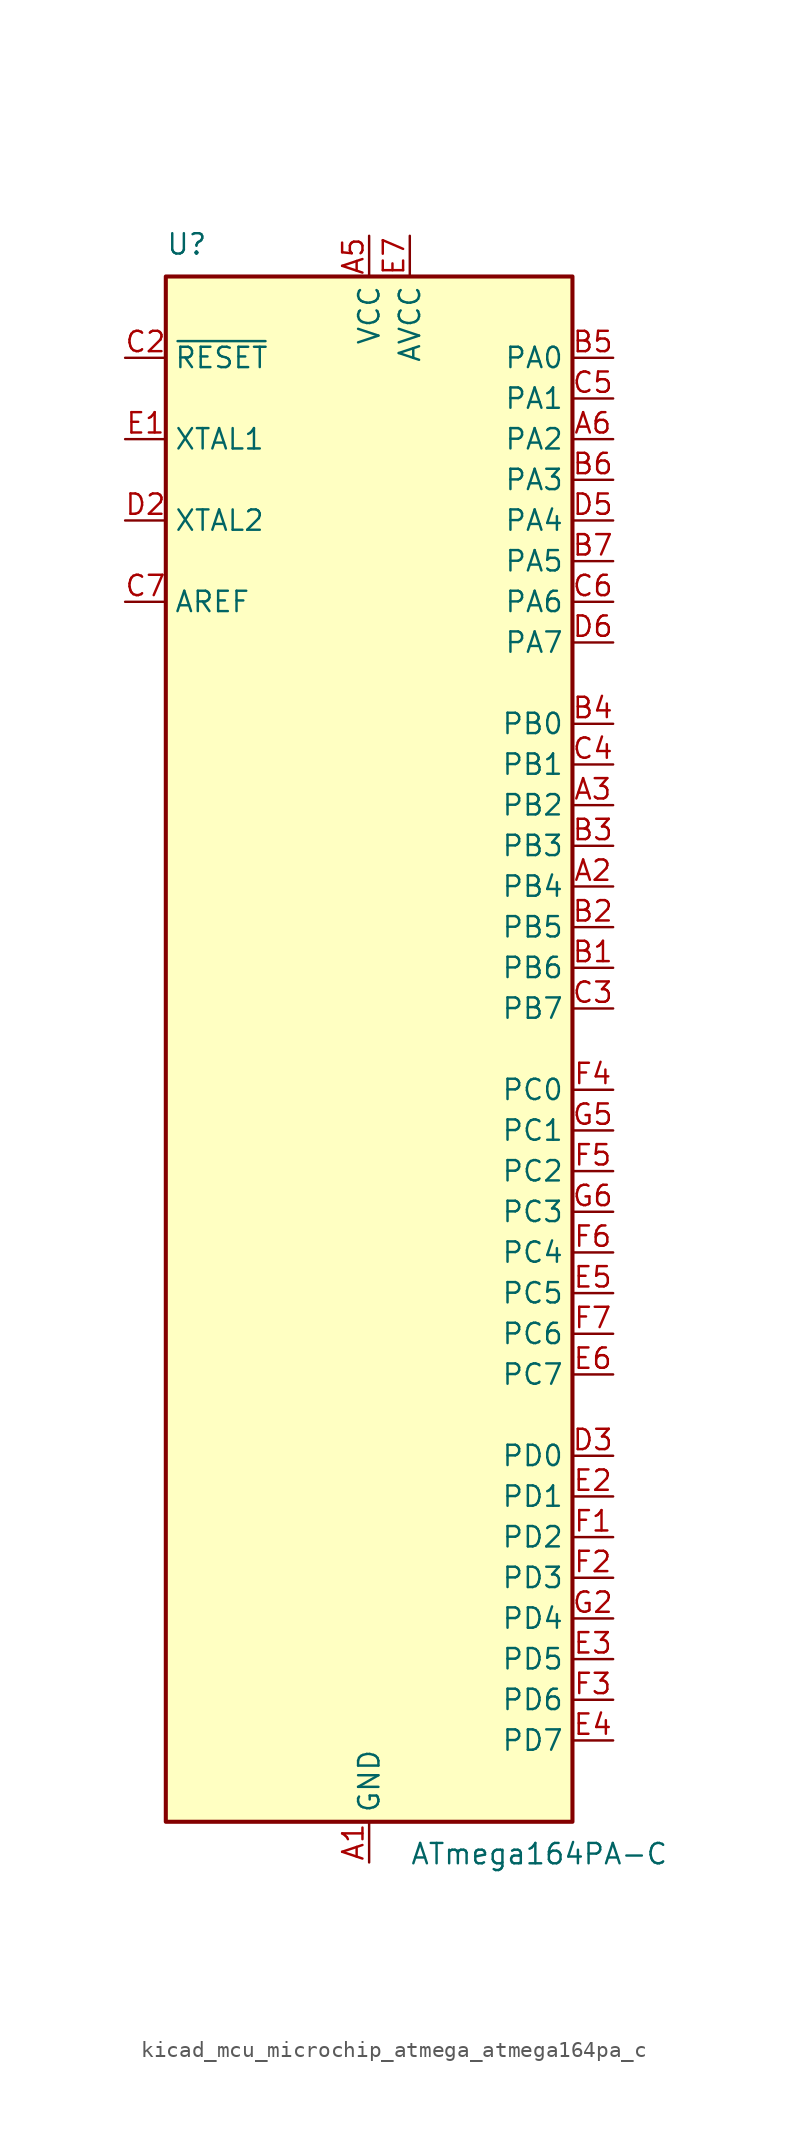
<source format=kicad_sym>
(kicad_symbol_lib
  (version 20220914)
  (generator kicad_symbol_editor)
  (symbol "kicad_mcu_microchip_atmega_atmega164pa_c"
    (property "Reference" "U"
      (at -12.7 49.53 0)
      (effects (font (size 1.27 1.27)) (justify left bottom)))
    (property "Value" "ATmega164PA-C"
      (at 2.54 -49.53 0)
      (effects (font (size 1.27 1.27)) (justify left top)))
    (symbol "kicad_mcu_microchip_atmega_atmega164pa_c_0_1"
      (rectangle (start -12.7 -48.26) (end 12.7 48.26) (stroke (width 0.254) (type default)) (fill (type background))))
    (symbol "kicad_mcu_microchip_atmega_atmega164pa_c_1_1"
      (pin power_in line (at 0 -50.8 90) (length 2.54) (name "GND" (effects (font (size 1.27 1.27)))) (number "A1" (effects (font (size 1.27 1.27)))))
      (pin bidirectional line (at 15.24 10.16 180) (length 2.54) (name "PB4" (effects (font (size 1.27 1.27)))) (number "A2" (effects (font (size 1.27 1.27)))))
      (pin bidirectional line (at 15.24 15.24 180) (length 2.54) (name "PB2" (effects (font (size 1.27 1.27)))) (number "A3" (effects (font (size 1.27 1.27)))))
      (pin passive line (at 0 -50.8 90) (length 2.54) hide (name "GND" (effects (font (size 1.27 1.27)))) (number "A4" (effects (font (size 1.27 1.27)))))
      (pin power_in line (at 0 50.8 270) (length 2.54) (name "VCC" (effects (font (size 1.27 1.27)))) (number "A5" (effects (font (size 1.27 1.27)))))
      (pin bidirectional line (at 15.24 38.1 180) (length 2.54) (name "PA2" (effects (font (size 1.27 1.27)))) (number "A6" (effects (font (size 1.27 1.27)))))
      (pin passive line (at 0 -50.8 90) (length 2.54) hide (name "GND" (effects (font (size 1.27 1.27)))) (number "A7" (effects (font (size 1.27 1.27)))))
      (pin bidirectional line (at 15.24 5.08 180) (length 2.54) (name "PB6" (effects (font (size 1.27 1.27)))) (number "B1" (effects (font (size 1.27 1.27)))))
      (pin bidirectional line (at 15.24 7.62 180) (length 2.54) (name "PB5" (effects (font (size 1.27 1.27)))) (number "B2" (effects (font (size 1.27 1.27)))))
      (pin bidirectional line (at 15.24 12.7 180) (length 2.54) (name "PB3" (effects (font (size 1.27 1.27)))) (number "B3" (effects (font (size 1.27 1.27)))))
      (pin bidirectional line (at 15.24 20.32 180) (length 2.54) (name "PB0" (effects (font (size 1.27 1.27)))) (number "B4" (effects (font (size 1.27 1.27)))))
      (pin bidirectional line (at 15.24 43.18 180) (length 2.54) (name "PA0" (effects (font (size 1.27 1.27)))) (number "B5" (effects (font (size 1.27 1.27)))))
      (pin bidirectional line (at 15.24 35.56 180) (length 2.54) (name "PA3" (effects (font (size 1.27 1.27)))) (number "B6" (effects (font (size 1.27 1.27)))))
      (pin bidirectional line (at 15.24 30.48 180) (length 2.54) (name "PA5" (effects (font (size 1.27 1.27)))) (number "B7" (effects (font (size 1.27 1.27)))))
      (pin passive line (at 0 50.8 270) (length 2.54) hide (name "VCC" (effects (font (size 1.27 1.27)))) (number "C1" (effects (font (size 1.27 1.27)))))
      (pin input line (at -15.24 43.18 0) (length 2.54) (name "~{RESET}" (effects (font (size 1.27 1.27)))) (number "C2" (effects (font (size 1.27 1.27)))))
      (pin bidirectional line (at 15.24 2.54 180) (length 2.54) (name "PB7" (effects (font (size 1.27 1.27)))) (number "C3" (effects (font (size 1.27 1.27)))))
      (pin bidirectional line (at 15.24 17.78 180) (length 2.54) (name "PB1" (effects (font (size 1.27 1.27)))) (number "C4" (effects (font (size 1.27 1.27)))))
      (pin bidirectional line (at 15.24 40.64 180) (length 2.54) (name "PA1" (effects (font (size 1.27 1.27)))) (number "C5" (effects (font (size 1.27 1.27)))))
      (pin bidirectional line (at 15.24 27.94 180) (length 2.54) (name "PA6" (effects (font (size 1.27 1.27)))) (number "C6" (effects (font (size 1.27 1.27)))))
      (pin passive line (at -15.24 27.94 0) (length 2.54) (name "AREF" (effects (font (size 1.27 1.27)))) (number "C7" (effects (font (size 1.27 1.27)))))
      (pin passive line (at 0 -50.8 90) (length 2.54) hide (name "GND" (effects (font (size 1.27 1.27)))) (number "D1" (effects (font (size 1.27 1.27)))))
      (pin output line (at -15.24 33.02 0) (length 2.54) (name "XTAL2" (effects (font (size 1.27 1.27)))) (number "D2" (effects (font (size 1.27 1.27)))))
      (pin bidirectional line (at 15.24 -25.4 180) (length 2.54) (name "PD0" (effects (font (size 1.27 1.27)))) (number "D3" (effects (font (size 1.27 1.27)))))
      (pin passive line (at 0 -50.8 90) (length 2.54) hide (name "GND" (effects (font (size 1.27 1.27)))) (number "D4" (effects (font (size 1.27 1.27)))))
      (pin bidirectional line (at 15.24 33.02 180) (length 2.54) (name "PA4" (effects (font (size 1.27 1.27)))) (number "D5" (effects (font (size 1.27 1.27)))))
      (pin bidirectional line (at 15.24 25.4 180) (length 2.54) (name "PA7" (effects (font (size 1.27 1.27)))) (number "D6" (effects (font (size 1.27 1.27)))))
      (pin passive line (at 0 -50.8 90) (length 2.54) hide (name "GND" (effects (font (size 1.27 1.27)))) (number "D7" (effects (font (size 1.27 1.27)))))
      (pin input line (at -15.24 38.1 0) (length 2.54) (name "XTAL1" (effects (font (size 1.27 1.27)))) (number "E1" (effects (font (size 1.27 1.27)))))
      (pin bidirectional line (at 15.24 -27.94 180) (length 2.54) (name "PD1" (effects (font (size 1.27 1.27)))) (number "E2" (effects (font (size 1.27 1.27)))))
      (pin bidirectional line (at 15.24 -38.1 180) (length 2.54) (name "PD5" (effects (font (size 1.27 1.27)))) (number "E3" (effects (font (size 1.27 1.27)))))
      (pin bidirectional line (at 15.24 -43.18 180) (length 2.54) (name "PD7" (effects (font (size 1.27 1.27)))) (number "E4" (effects (font (size 1.27 1.27)))))
      (pin bidirectional line (at 15.24 -15.24 180) (length 2.54) (name "PC5" (effects (font (size 1.27 1.27)))) (number "E5" (effects (font (size 1.27 1.27)))))
      (pin bidirectional line (at 15.24 -20.32 180) (length 2.54) (name "PC7" (effects (font (size 1.27 1.27)))) (number "E6" (effects (font (size 1.27 1.27)))))
      (pin power_in line (at 2.54 50.8 270) (length 2.54) (name "AVCC" (effects (font (size 1.27 1.27)))) (number "E7" (effects (font (size 1.27 1.27)))))
      (pin bidirectional line (at 15.24 -30.48 180) (length 2.54) (name "PD2" (effects (font (size 1.27 1.27)))) (number "F1" (effects (font (size 1.27 1.27)))))
      (pin bidirectional line (at 15.24 -33.02 180) (length 2.54) (name "PD3" (effects (font (size 1.27 1.27)))) (number "F2" (effects (font (size 1.27 1.27)))))
      (pin bidirectional line (at 15.24 -40.64 180) (length 2.54) (name "PD6" (effects (font (size 1.27 1.27)))) (number "F3" (effects (font (size 1.27 1.27)))))
      (pin bidirectional line (at 15.24 -2.54 180) (length 2.54) (name "PC0" (effects (font (size 1.27 1.27)))) (number "F4" (effects (font (size 1.27 1.27)))))
      (pin bidirectional line (at 15.24 -7.62 180) (length 2.54) (name "PC2" (effects (font (size 1.27 1.27)))) (number "F5" (effects (font (size 1.27 1.27)))))
      (pin bidirectional line (at 15.24 -12.7 180) (length 2.54) (name "PC4" (effects (font (size 1.27 1.27)))) (number "F6" (effects (font (size 1.27 1.27)))))
      (pin bidirectional line (at 15.24 -17.78 180) (length 2.54) (name "PC6" (effects (font (size 1.27 1.27)))) (number "F7" (effects (font (size 1.27 1.27)))))
      (pin passive line (at 0 -50.8 90) (length 2.54) hide (name "GND" (effects (font (size 1.27 1.27)))) (number "G1" (effects (font (size 1.27 1.27)))))
      (pin bidirectional line (at 15.24 -35.56 180) (length 2.54) (name "PD4" (effects (font (size 1.27 1.27)))) (number "G2" (effects (font (size 1.27 1.27)))))
      (pin passive line (at 0 50.8 270) (length 2.54) hide (name "VCC" (effects (font (size 1.27 1.27)))) (number "G3" (effects (font (size 1.27 1.27)))))
      (pin passive line (at 0 -50.8 90) (length 2.54) hide (name "GND" (effects (font (size 1.27 1.27)))) (number "G4" (effects (font (size 1.27 1.27)))))
      (pin bidirectional line (at 15.24 -5.08 180) (length 2.54) (name "PC1" (effects (font (size 1.27 1.27)))) (number "G5" (effects (font (size 1.27 1.27)))))
      (pin bidirectional line (at 15.24 -10.16 180) (length 2.54) (name "PC3" (effects (font (size 1.27 1.27)))) (number "G6" (effects (font (size 1.27 1.27)))))
      (pin passive line (at 0 -50.8 90) (length 2.54) hide (name "GND" (effects (font (size 1.27 1.27)))) (number "G7" (effects (font (size 1.27 1.27))))))))
</source>
